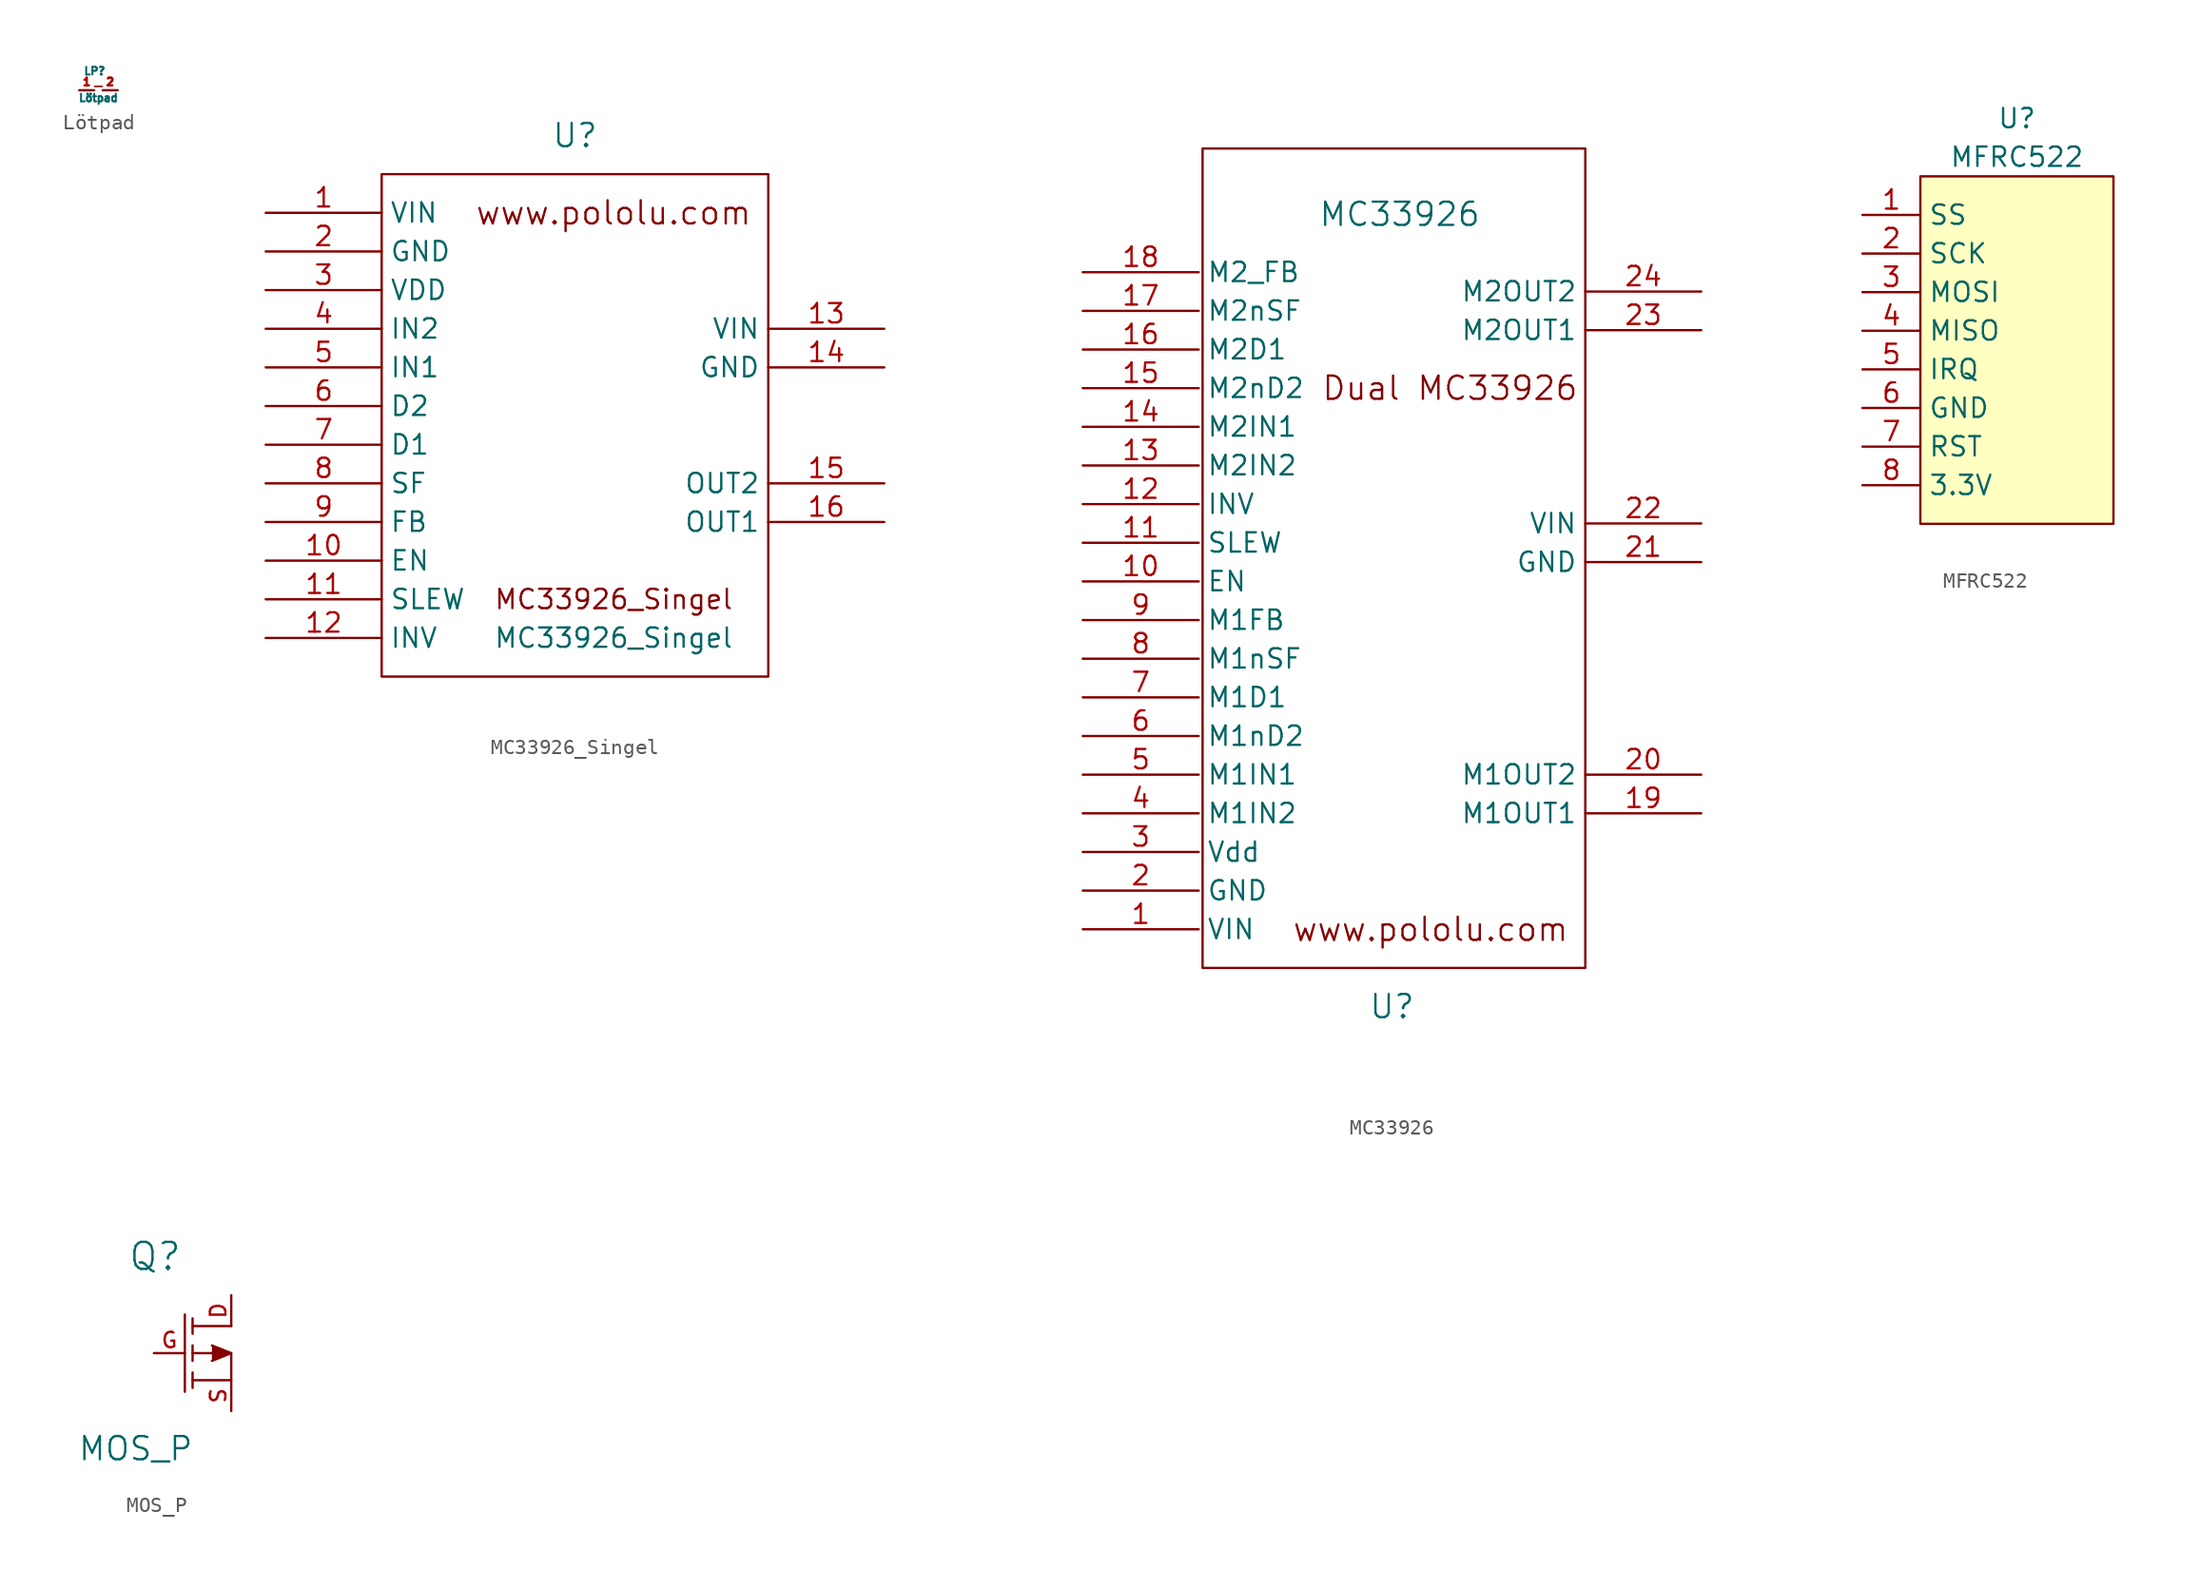
<source format=kicad_sym>
(kicad_symbol_lib
  (version 20201005)
  (generator kicad_symbol_editor)
  (symbol "Zimprich:Lötpad"
    (property "Reference" "LP"
      (at -0.254 1.27 0)
      (effects (font (size 0.508 0.508))))
    (property "Value" "Lötpad"
      (at 0 -0.508 0)
      (effects (font (size 0.508 0.508))))
    (property "Footprint" ""
      (at 0 0 0)
      (effects (font (size 1.524 1.524))))
    (property "Datasheet" ""
      (at 0 0 0)
      (effects (font (size 1.524 1.524))))
    (symbol "Lötpad_0_1"
      (polyline (pts (xy -0.254 0.254) (xy 0.254 0.254)) (stroke (width 0.102)) (fill (type none)))
      (pin passive line (at -1.27 0 0) (length 0.991) (name "~" (effects (font (size 0.508 0.508)))) (number "1" (effects (font (size 0.508 0.508)))))
      (pin passive line (at 1.27 0 180) (length 0.991) (name "~" (effects (font (size 0.508 0.508)))) (number "2" (effects (font (size 0.508 0.508)))))))
  (symbol "Zimprich:MC33926_Singel"
    (property "Reference" "U"
      (at 0 19.05 0)
      (effects (font (size 1.524 1.524))))
    (property "Value" "MC33926_Singel"
      (at 2.54 -13.97 0)
      (effects (font (size 1.27 1.27))))
    (property "Footprint" ""
      (at 5.08 -6.35 0)
      (effects (font (size 1.524 1.524))))
    (property "Datasheet" ""
      (at 5.08 -6.35 0)
      (effects (font (size 1.524 1.524))))
    (symbol "MC33926_Singel_0_0"
      (text "MC33926_Singel" (at 2.54 -11.43 0) (effects (font (size 1.27 1.27))))
      (text "www.pololu.com" (at 2.54 13.97 0) (effects (font (size 1.524 1.524))))
      (rectangle (start 12.7 16.51) (end -12.7 -16.51) (stroke (width 0)) (fill (type none))))
    (symbol "MC33926_Singel_1_1"
      (pin input line (at -20.32 13.97 0) (length 7.62) (name "VIN" (effects (font (size 1.27 1.27)))) (number "1" (effects (font (size 1.27 1.27)))))
      (pin input line (at -20.32 -8.89 0) (length 7.62) (name "EN" (effects (font (size 1.27 1.27)))) (number "10" (effects (font (size 1.27 1.27)))))
      (pin input line (at -20.32 -11.43 0) (length 7.62) (name "SLEW" (effects (font (size 1.27 1.27)))) (number "11" (effects (font (size 1.27 1.27)))))
      (pin input line (at -20.32 -13.97 0) (length 7.62) (name "INV" (effects (font (size 1.27 1.27)))) (number "12" (effects (font (size 1.27 1.27)))))
      (pin input line (at 20.32 6.35 180) (length 7.62) (name "VIN" (effects (font (size 1.27 1.27)))) (number "13" (effects (font (size 1.27 1.27)))))
      (pin input line (at 20.32 3.81 180) (length 7.62) (name "GND" (effects (font (size 1.27 1.27)))) (number "14" (effects (font (size 1.27 1.27)))))
      (pin input line (at 20.32 -3.81 180) (length 7.62) (name "OUT2" (effects (font (size 1.27 1.27)))) (number "15" (effects (font (size 1.27 1.27)))))
      (pin input line (at 20.32 -6.35 180) (length 7.62) (name "OUT1" (effects (font (size 1.27 1.27)))) (number "16" (effects (font (size 1.27 1.27)))))
      (pin input line (at -20.32 11.43 0) (length 7.62) (name "GND" (effects (font (size 1.27 1.27)))) (number "2" (effects (font (size 1.27 1.27)))))
      (pin input line (at -20.32 8.89 0) (length 7.62) (name "VDD" (effects (font (size 1.27 1.27)))) (number "3" (effects (font (size 1.27 1.27)))))
      (pin input line (at -20.32 6.35 0) (length 7.62) (name "IN2" (effects (font (size 1.27 1.27)))) (number "4" (effects (font (size 1.27 1.27)))))
      (pin input line (at -20.32 3.81 0) (length 7.62) (name "IN1" (effects (font (size 1.27 1.27)))) (number "5" (effects (font (size 1.27 1.27)))))
      (pin input line (at -20.32 1.27 0) (length 7.62) (name "D2" (effects (font (size 1.27 1.27)))) (number "6" (effects (font (size 1.27 1.27)))))
      (pin input line (at -20.32 -1.27 0) (length 7.62) (name "D1" (effects (font (size 1.27 1.27)))) (number "7" (effects (font (size 1.27 1.27)))))
      (pin input line (at -20.32 -3.81 0) (length 7.62) (name "SF" (effects (font (size 1.27 1.27)))) (number "8" (effects (font (size 1.27 1.27)))))
      (pin input line (at -20.32 -6.35 0) (length 7.62) (name "FB" (effects (font (size 1.27 1.27)))) (number "9" (effects (font (size 1.27 1.27)))))))
  (symbol "Zimprich:MC33926"
    (property "Reference" "U"
      (at -1.27 -24.13 0)
      (effects (font (size 1.524 1.524))))
    (property "Value" "MC33926"
      (at -0.762 27.94 0)
      (effects (font (size 1.524 1.524))))
    (property "Footprint" ""
      (at 3.81 1.27 0)
      (effects (font (size 1.524 1.524))))
    (property "Datasheet" ""
      (at 3.81 1.27 0)
      (effects (font (size 1.524 1.524))))
    (symbol "MC33926_0_0"
      (text "Dual MC33926" (at 2.54 16.51 0) (effects (font (size 1.524 1.524))))
      (text "www.pololu.com" (at 1.27 -19.05 0) (effects (font (size 1.524 1.524)))))
    (symbol "MC33926_0_1"
      (rectangle (start -13.716 32.258) (end 11.43 -21.59) (stroke (width 0)) (fill (type none))))
    (symbol "MC33926_1_1"
      (pin input line (at -21.59 -19.05 0) (length 7.62) (name "VIN" (effects (font (size 1.27 1.27)))) (number "1" (effects (font (size 1.27 1.27)))))
      (pin input line (at -21.59 3.81 0) (length 7.62) (name "EN" (effects (font (size 1.27 1.27)))) (number "10" (effects (font (size 1.27 1.27)))))
      (pin input line (at -21.59 6.35 0) (length 7.62) (name "SLEW" (effects (font (size 1.27 1.27)))) (number "11" (effects (font (size 1.27 1.27)))))
      (pin input line (at -21.59 8.89 0) (length 7.62) (name "INV" (effects (font (size 1.27 1.27)))) (number "12" (effects (font (size 1.27 1.27)))))
      (pin input line (at -21.59 11.43 0) (length 7.62) (name "M2IN2" (effects (font (size 1.27 1.27)))) (number "13" (effects (font (size 1.27 1.27)))))
      (pin input line (at -21.59 13.97 0) (length 7.62) (name "M2IN1" (effects (font (size 1.27 1.27)))) (number "14" (effects (font (size 1.27 1.27)))))
      (pin input line (at -21.59 16.51 0) (length 7.62) (name "M2nD2" (effects (font (size 1.27 1.27)))) (number "15" (effects (font (size 1.27 1.27)))))
      (pin input line (at -21.59 19.05 0) (length 7.62) (name "M2D1" (effects (font (size 1.27 1.27)))) (number "16" (effects (font (size 1.27 1.27)))))
      (pin input line (at -21.59 21.59 0) (length 7.62) (name "M2nSF" (effects (font (size 1.27 1.27)))) (number "17" (effects (font (size 1.27 1.27)))))
      (pin input line (at -21.59 24.13 0) (length 7.62) (name "M2_FB" (effects (font (size 1.27 1.27)))) (number "18" (effects (font (size 1.27 1.27)))))
      (pin input line (at 19.05 -11.43 180) (length 7.62) (name "M1OUT1" (effects (font (size 1.27 1.27)))) (number "19" (effects (font (size 1.27 1.27)))))
      (pin input line (at -21.59 -16.51 0) (length 7.62) (name "GND" (effects (font (size 1.27 1.27)))) (number "2" (effects (font (size 1.27 1.27)))))
      (pin input line (at 19.05 -8.89 180) (length 7.62) (name "M1OUT2" (effects (font (size 1.27 1.27)))) (number "20" (effects (font (size 1.27 1.27)))))
      (pin input line (at 19.05 5.08 180) (length 7.62) (name "GND" (effects (font (size 1.27 1.27)))) (number "21" (effects (font (size 1.27 1.27)))))
      (pin input line (at 19.05 7.62 180) (length 7.62) (name "VIN" (effects (font (size 1.27 1.27)))) (number "22" (effects (font (size 1.27 1.27)))))
      (pin input line (at 19.05 20.32 180) (length 7.62) (name "M2OUT1" (effects (font (size 1.27 1.27)))) (number "23" (effects (font (size 1.27 1.27)))))
      (pin input line (at 19.05 22.86 180) (length 7.62) (name "M2OUT2" (effects (font (size 1.27 1.27)))) (number "24" (effects (font (size 1.27 1.27)))))
      (pin input line (at -21.59 -13.97 0) (length 7.62) (name "Vdd" (effects (font (size 1.27 1.27)))) (number "3" (effects (font (size 1.27 1.27)))))
      (pin input line (at -21.59 -11.43 0) (length 7.62) (name "M1IN2" (effects (font (size 1.27 1.27)))) (number "4" (effects (font (size 1.27 1.27)))))
      (pin input line (at -21.59 -8.89 0) (length 7.62) (name "M1IN1" (effects (font (size 1.27 1.27)))) (number "5" (effects (font (size 1.27 1.27)))))
      (pin input line (at -21.59 -6.35 0) (length 7.62) (name "M1nD2" (effects (font (size 1.27 1.27)))) (number "6" (effects (font (size 1.27 1.27)))))
      (pin input line (at -21.59 -3.81 0) (length 7.62) (name "M1D1" (effects (font (size 1.27 1.27)))) (number "7" (effects (font (size 1.27 1.27)))))
      (pin input line (at -21.59 -1.27 0) (length 7.62) (name "M1nSF" (effects (font (size 1.27 1.27)))) (number "8" (effects (font (size 1.27 1.27)))))
      (pin input line (at -21.59 1.27 0) (length 7.62) (name "M1FB" (effects (font (size 1.27 1.27)))) (number "9" (effects (font (size 1.27 1.27)))))))
  (symbol "Zimprich:MFRC522"
    (property "Reference" "U"
      (at 0 15.24 0)
      (effects (font (size 1.27 1.27))))
    (property "Value" "MFRC522"
      (at 0 12.7 0)
      (effects (font (size 1.27 1.27))))
    (symbol "MFRC522_0_1"
      (rectangle (start -6.35 11.43) (end 6.35 -11.43) (stroke (width 0)) (fill (type background))))
    (symbol "MFRC522_1_1"
      (pin input line (at -10.16 8.89 0) (length 3.81) (name "SS" (effects (font (size 1.27 1.27)))) (number "1" (effects (font (size 1.27 1.27)))))
      (pin input line (at -10.16 6.35 0) (length 3.81) (name "SCK" (effects (font (size 1.27 1.27)))) (number "2" (effects (font (size 1.27 1.27)))))
      (pin input line (at -10.16 3.81 0) (length 3.81) (name "MOSI" (effects (font (size 1.27 1.27)))) (number "3" (effects (font (size 1.27 1.27)))))
      (pin input line (at -10.16 1.27 0) (length 3.81) (name "MISO" (effects (font (size 1.27 1.27)))) (number "4" (effects (font (size 1.27 1.27)))))
      (pin input line (at -10.16 -1.27 0) (length 3.81) (name "IRQ" (effects (font (size 1.27 1.27)))) (number "5" (effects (font (size 1.27 1.27)))))
      (pin input line (at -10.16 -3.81 0) (length 3.81) (name "GND" (effects (font (size 1.27 1.27)))) (number "6" (effects (font (size 1.27 1.27)))))
      (pin input line (at -10.16 -6.35 0) (length 3.81) (name "RST" (effects (font (size 1.27 1.27)))) (number "7" (effects (font (size 1.27 1.27)))))
      (pin input line (at -10.16 -8.89 0) (length 3.81) (name "3.3V" (effects (font (size 1.27 1.27)))) (number "8" (effects (font (size 1.27 1.27)))))))
  (symbol "Zimprich:MOS_P"
    (pin_names
      (offset 0.762) hide)
    (property "Reference" "Q"
      (at -2.464 6.35 0)
      (effects (font (size 1.778 1.778))))
    (property "Value" "MOS_P"
      (at -3.734 -6.274 0)
      (effects (font (size 1.524 1.524))))
    (property "Footprint" ""
      (at 0 0 0)
      (effects (font (size 1.524 1.524))))
    (property "Datasheet" ""
      (at 0 0 0)
      (effects (font (size 1.524 1.524))))
    (symbol "MOS_P_0_1"
      (polyline (pts (xy -0.508 2.54) (xy -0.508 -2.54) (xy -0.508 -2.54)) (stroke (width 0)) (fill (type outline)))
      (polyline (pts (xy 0 -2.286) (xy 0 -1.27) (xy 0 -1.27)) (stroke (width 0)) (fill (type outline)))
      (polyline (pts (xy 0 -0.508) (xy 0 0.508) (xy 0 0.508)) (stroke (width 0)) (fill (type outline)))
      (polyline (pts (xy 0 1.27) (xy 0 2.286) (xy 0 2.286)) (stroke (width 0)) (fill (type outline)))
      (polyline (pts (xy 0 1.778) (xy 2.54 1.778) (xy 2.54 1.778)) (stroke (width 0)) (fill (type none)))
      (polyline (pts (xy 1.27 0.508) (xy 2.54 0) (xy 1.27 -0.508) (xy 1.27 -0.508)) (stroke (width 0)) (fill (type outline)))
      (polyline (pts (xy 0 -1.778) (xy 2.54 -1.778) (xy 2.54 0) (xy 0 0) (xy 0 0)) (stroke (width 0)) (fill (type none))))
    (symbol "MOS_P_1_1"
      (pin passive line (at 2.54 3.81 270) (length 2.032) (name "D" (effects (font (size 1.016 1.016)))) (number "D" (effects (font (size 1.016 1.016)))))
      (pin input line (at -2.54 0 0) (length 2.032) (name "G" (effects (font (size 1.016 1.016)))) (number "G" (effects (font (size 1.016 1.016)))))
      (pin passive line (at 2.54 -3.81 90) (length 2.032) (name "S" (effects (font (size 1.016 1.016)))) (number "S" (effects (font (size 1.016 1.016))))))))
</source>
